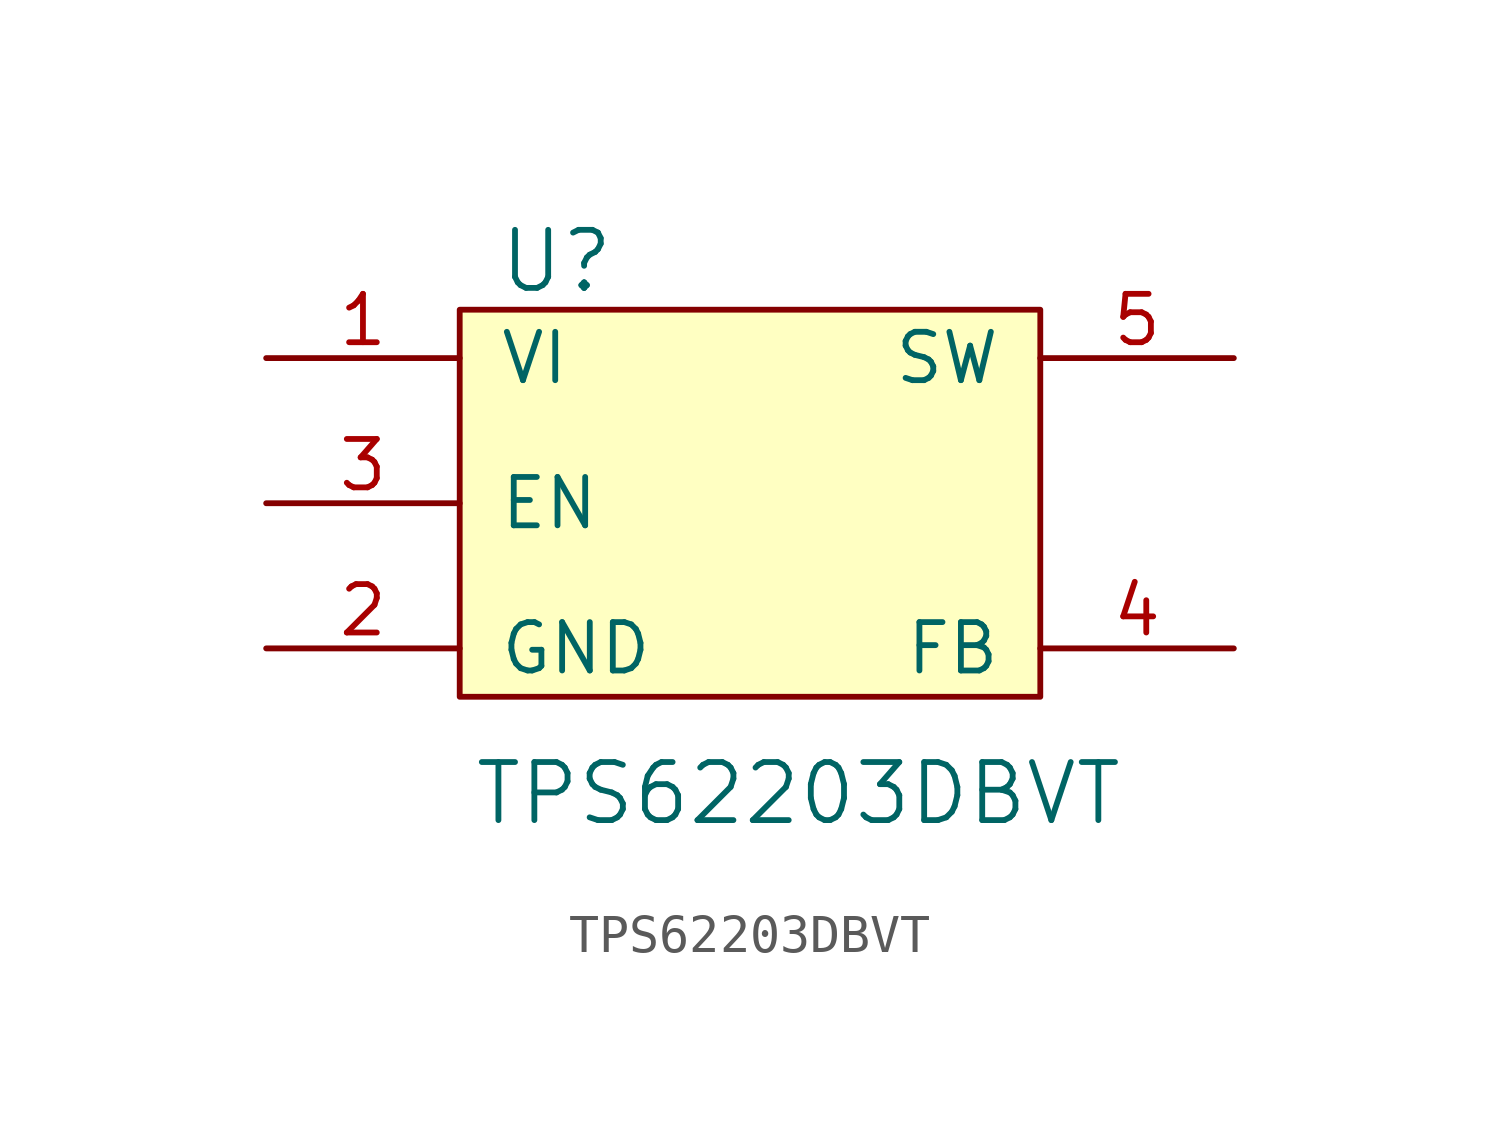
<source format=kicad_sym>
(kicad_symbol_lib
  (version 20220914)
  (generator kicad_symbol_editor)
  (symbol "TPS62203DBVT"
    (pin_names
      (offset 1.016))
    (property "Reference" "U"
      (at -5.08 1.27 0)
      (effects (font (size 1.524 1.524))))
    (property "Value" "TPS62203DBVT"
      (at 1.27 -12.7 0)
      (effects (font (size 1.524 1.524))))
    (symbol "TPS62203DBVT_0_1"
      (rectangle (start -7.62 0) (end 7.62 -10.16) (stroke (width 0) (type solid)) (fill (type background))))
    (symbol "TPS62203DBVT_1_1"
      (pin power_in line (at -12.7 -1.27 0) (length 5.08) (name "VI" (effects (font (size 1.27 1.27)))) (number "1" (effects (font (size 1.27 1.27)))))
      (pin power_in line (at -12.7 -8.89 0) (length 5.08) (name "GND" (effects (font (size 1.27 1.27)))) (number "2" (effects (font (size 1.27 1.27)))))
      (pin input line (at -12.7 -5.08 0) (length 5.08) (name "EN" (effects (font (size 1.27 1.27)))) (number "3" (effects (font (size 1.27 1.27)))))
      (pin power_out line (at 12.7 -8.89 180) (length 5.08) (name "FB" (effects (font (size 1.27 1.27)))) (number "4" (effects (font (size 1.27 1.27)))))
      (pin power_out line (at 12.7 -1.27 180) (length 5.08) (name "SW" (effects (font (size 1.27 1.27)))) (number "5" (effects (font (size 1.27 1.27))))))))
</source>
